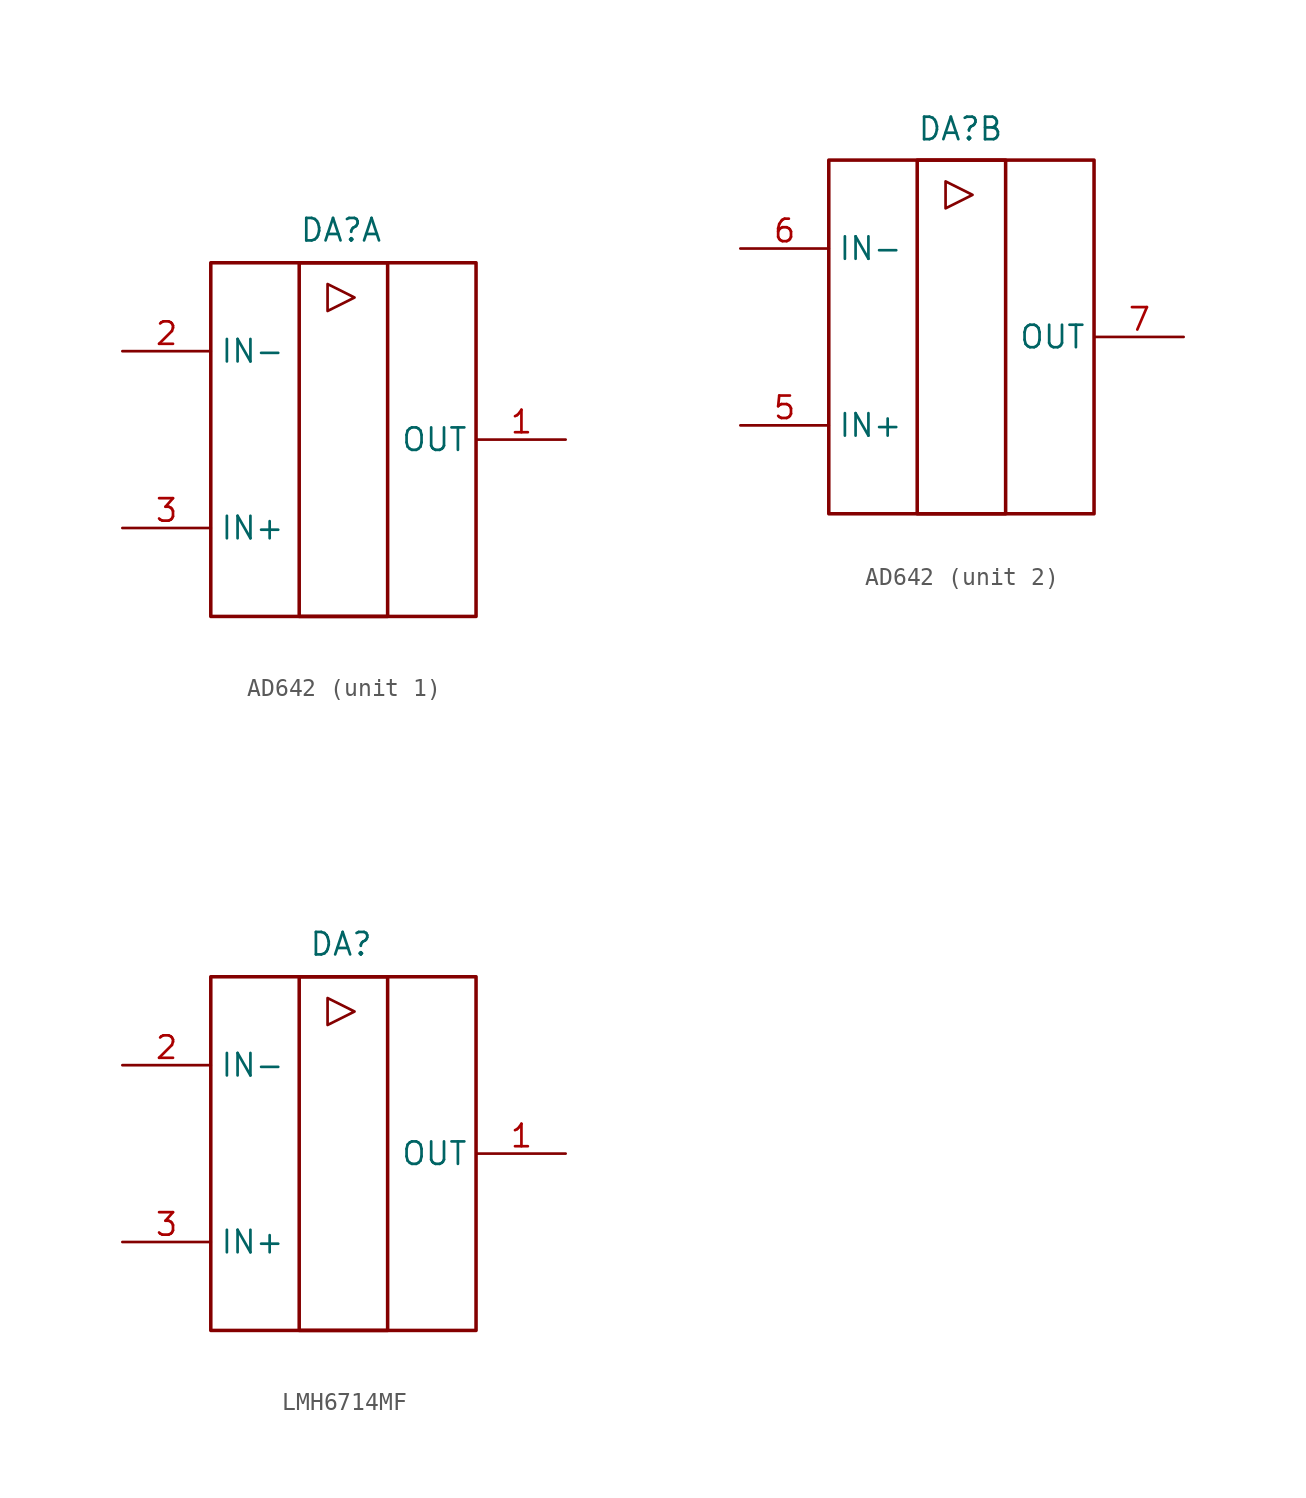
<source format=kicad_sym>
(kicad_symbol_lib
  (version 20231120)
  (generator "kicad_symbol_editor")
  (generator_version "8.0")
  (symbol "AD642"
    (property "Reference" "DA"
      (at 7.366 21.844 0)
      (effects (font (size 1.27 1.27))))
    (property "Value" ""
      (at 0 0 0)
      (effects (font (size 1.27 1.27))))
    (property "ki_locked" ""
      (at 0 0 0)
      (effects (font (size 1.27 1.27))))
    (symbol "AD642_1_1"
      (polyline (pts (xy 6.604 18.796) (xy 6.604 17.272) (xy 8.128 18.034) (xy 6.604 18.796)) (stroke (width 0) (type default)) (fill (type none)))
      (rectangle (start 0 20) (end 15 0) (stroke (width 0.2) (type default)) (fill (type none)))
      (rectangle (start 5 20) (end 10 0) (stroke (width 0.2) (type default)) (fill (type none)))
      (pin power_out line (at 5.08 27.686 0) (length 5) hide (name "GND" (effects (font (size 1.27 1.27)))) (number "1" (effects (font (size 1.27 1.27)))))
      (pin input line (at 20.066 10 180) (length 5) (name "OUT" (effects (font (size 1.27 1.27)))) (number "1" (effects (font (size 1.27 1.27)))))
      (pin input line (at -5 15 0) (length 5) (name "IN-" (effects (font (size 1.27 1.27)))) (number "2" (effects (font (size 1.27 1.27)))))
      (pin input line (at -5 5 0) (length 5) (name "IN+" (effects (font (size 1.27 1.27)))) (number "3" (effects (font (size 1.27 1.27)))))
      (pin power_in line (at 5.08 24.892 0) (length 5) hide (name "V+" (effects (font (size 1.27 1.27)))) (number "8" (effects (font (size 1.27 1.27))))))
    (symbol "AD642_2_1"
      (rectangle (start -0.08 20.08) (end 14.92 0.08) (stroke (width 0.2) (type default)) (fill (type none)))
      (polyline (pts (xy 6.524 18.876) (xy 6.524 17.352) (xy 8.048 18.114) (xy 6.524 18.876)) (stroke (width 0) (type default)) (fill (type none)))
      (rectangle (start 4.92 20.08) (end 9.92 0.08) (stroke (width 0.2) (type default)) (fill (type none)))
      (pin input line (at -5.08 5.08 0) (length 5) (name "IN+" (effects (font (size 1.27 1.27)))) (number "5" (effects (font (size 1.27 1.27)))))
      (pin input line (at -5.08 15.08 0) (length 5) (name "IN-" (effects (font (size 1.27 1.27)))) (number "6" (effects (font (size 1.27 1.27)))))
      (pin input line (at 19.986 10.08 180) (length 5) (name "OUT" (effects (font (size 1.27 1.27)))) (number "7" (effects (font (size 1.27 1.27)))))))
  (symbol "LMH6714MF"
    (property "Reference" "DA"
      (at 7.366 21.844 0)
      (effects (font (size 1.27 1.27))))
    (property "Value" ""
      (at 0 0 0)
      (effects (font (size 1.27 1.27))))
    (symbol "LMH6714MF_1_1"
      (polyline (pts (xy 6.604 18.796) (xy 6.604 17.272) (xy 8.128 18.034) (xy 6.604 18.796)) (stroke (width 0) (type default)) (fill (type none)))
      (rectangle (start 0 20) (end 15 0) (stroke (width 0.2) (type default)) (fill (type none)))
      (rectangle (start 5 20) (end 10 0) (stroke (width 0.2) (type default)) (fill (type none)))
      (pin input line (at 20.066 10 180) (length 5) (name "OUT" (effects (font (size 1.27 1.27)))) (number "1" (effects (font (size 1.27 1.27)))))
      (pin input line (at -5 15 0) (length 5) (name "IN-" (effects (font (size 1.27 1.27)))) (number "2" (effects (font (size 1.27 1.27)))))
      (pin power_out line (at 5.08 27.686 0) (length 5) hide (name "V-" (effects (font (size 1.27 1.27)))) (number "2" (effects (font (size 1.27 1.27)))))
      (pin input line (at -5 5 0) (length 5) (name "IN+" (effects (font (size 1.27 1.27)))) (number "3" (effects (font (size 1.27 1.27)))))
      (pin power_in line (at 5.08 24.892 0) (length 5) hide (name "V+" (effects (font (size 1.27 1.27)))) (number "5" (effects (font (size 1.27 1.27))))))))
</source>
